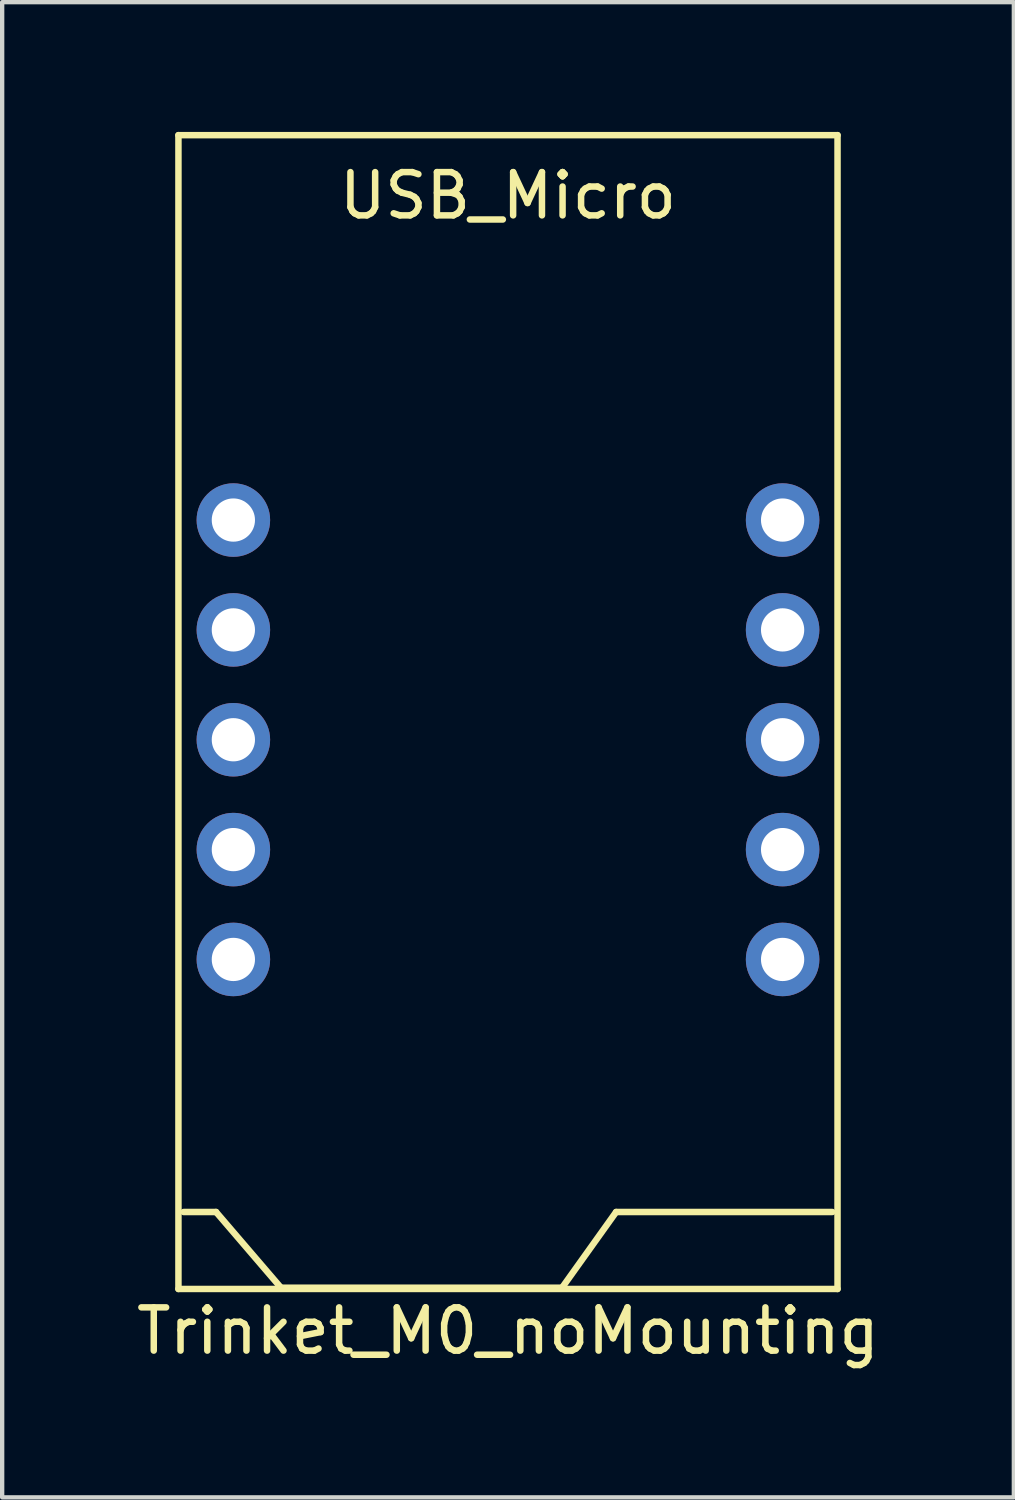
<source format=kicad_pcb>
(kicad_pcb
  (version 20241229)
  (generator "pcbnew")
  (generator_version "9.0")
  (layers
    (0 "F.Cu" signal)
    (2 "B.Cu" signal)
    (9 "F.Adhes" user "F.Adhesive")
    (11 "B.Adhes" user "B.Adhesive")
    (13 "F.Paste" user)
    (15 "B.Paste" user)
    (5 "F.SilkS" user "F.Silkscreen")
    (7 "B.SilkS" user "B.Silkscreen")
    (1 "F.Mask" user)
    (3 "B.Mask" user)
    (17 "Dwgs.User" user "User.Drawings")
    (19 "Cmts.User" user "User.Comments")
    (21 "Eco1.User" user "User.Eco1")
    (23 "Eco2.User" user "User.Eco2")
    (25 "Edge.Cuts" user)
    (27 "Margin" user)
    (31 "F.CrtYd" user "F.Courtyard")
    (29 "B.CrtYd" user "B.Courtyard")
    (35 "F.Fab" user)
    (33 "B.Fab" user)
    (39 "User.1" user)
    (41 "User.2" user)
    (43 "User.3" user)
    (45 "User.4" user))
  (footprint "Trinket_M0_noMounting"
    (layer "F.Cu")
    (at 8.696 8.975)
    (property "Reference" "Trinket_M0_noMounting" (at 0 18.75 0) (layer "F.SilkS") (effects (font (size 1 1) (thickness 0.15))))
    (attr through_hole)
    (fp_line (start -7.62 -8.9) (end 7.62 -8.9) (stroke (width 0.15) (type solid)) (layer "F.SilkS"))
    (fp_line (start -7.62 17.78) (end -7.62 -8.9) (stroke (width 0.15) (type solid)) (layer "F.SilkS"))
    (fp_line (start -7.5 16) (end -6.75 16) (stroke (width 0.15) (type solid)) (layer "F.SilkS"))
    (fp_line (start -6.75 16) (end -5.25 17.75) (stroke (width 0.15) (type solid)) (layer "F.SilkS"))
    (fp_line (start -5.25 17.75) (end 1.25 17.75) (stroke (width 0.15) (type solid)) (layer "F.SilkS"))
    (fp_line (start 1.25 17.75) (end 2.5 16) (stroke (width 0.15) (type solid)) (layer "F.SilkS"))
    (fp_line (start 2.5 16) (end 7.5 16) (stroke (width 0.15) (type solid)) (layer "F.SilkS"))
    (fp_line (start 7.62 -8.9) (end 7.62 17.78) (stroke (width 0.15) (type solid)) (layer "F.SilkS"))
    (fp_line (start 7.62 17.78) (end -7.62 17.78) (stroke (width 0.15) (type solid)) (layer "F.SilkS"))
    (fp_text user "USB_Micro" (at 0 -7.5 0) (layer "F.SilkS") (effects (font (size 1 1) (thickness 0.15))))
    (pad "1" thru_hole circle (at 6.35 0) (size 1.7 1.7) (drill 1) (layers "*.Cu" "*.Mask"))
    (pad "2" thru_hole oval (at 6.35 2.54) (size 1.7 1.7) (drill 1) (layers "*.Cu" "*.Mask"))
    (pad "3" thru_hole oval (at 6.35 5.08) (size 1.7 1.7) (drill 1) (layers "*.Cu" "*.Mask"))
    (pad "4" thru_hole oval (at 6.35 7.62) (size 1.7 1.7) (drill 1) (layers "*.Cu" "*.Mask"))
    (pad "5" thru_hole oval (at 6.35 10.16) (size 1.7 1.7) (drill 1) (layers "*.Cu" "*.Mask"))
    (pad "6" thru_hole oval (at -6.35 10.16) (size 1.7 1.7) (drill 1) (layers "*.Cu" "*.Mask"))
    (pad "7" thru_hole oval (at -6.35 7.62) (size 1.7 1.7) (drill 1) (layers "*.Cu" "*.Mask"))
    (pad "8" thru_hole oval (at -6.35 5.08) (size 1.7 1.7) (drill 1) (layers "*.Cu" "*.Mask"))
    (pad "9" thru_hole oval (at -6.35 2.54) (size 1.7 1.7) (drill 1) (layers "*.Cu" "*.Mask"))
    (pad "10" thru_hole circle (at -6.35 0) (size 1.7 1.7) (drill 1) (layers "*.Cu" "*.Mask")))
  (gr_rect
    (start -3 -3)
    (end 20.393 31.573)
    (stroke (width 0.1) (type default))
    (fill no)
    (layer "Edge.Cuts")))
</source>
